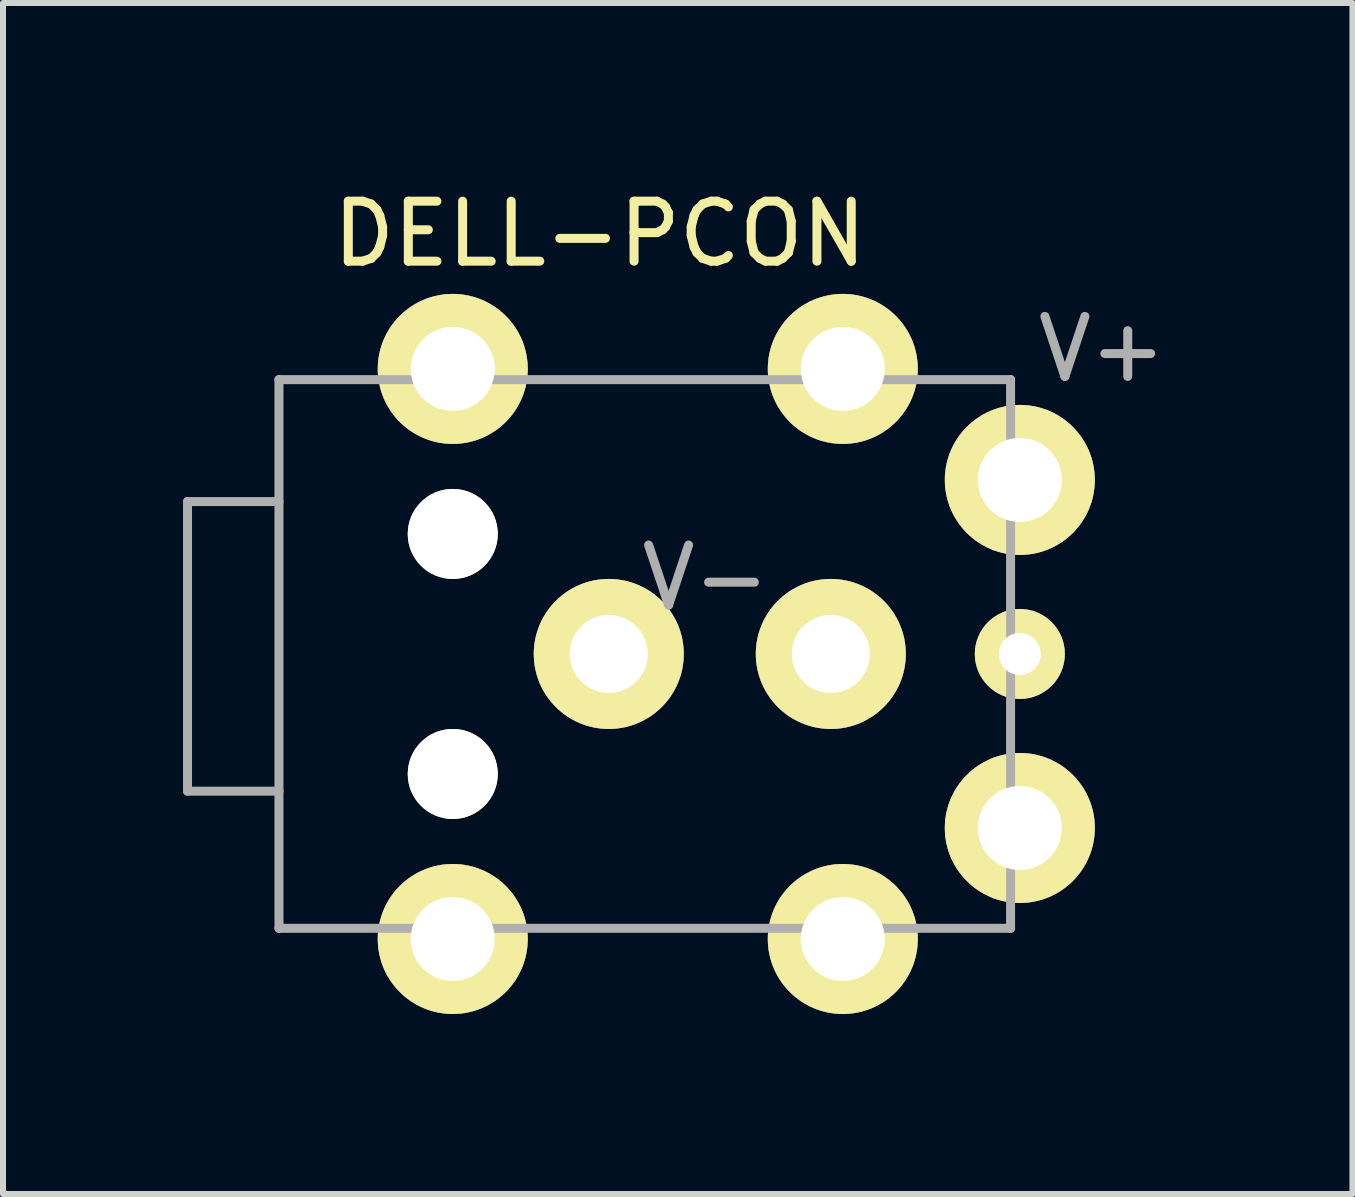
<source format=kicad_pcb>
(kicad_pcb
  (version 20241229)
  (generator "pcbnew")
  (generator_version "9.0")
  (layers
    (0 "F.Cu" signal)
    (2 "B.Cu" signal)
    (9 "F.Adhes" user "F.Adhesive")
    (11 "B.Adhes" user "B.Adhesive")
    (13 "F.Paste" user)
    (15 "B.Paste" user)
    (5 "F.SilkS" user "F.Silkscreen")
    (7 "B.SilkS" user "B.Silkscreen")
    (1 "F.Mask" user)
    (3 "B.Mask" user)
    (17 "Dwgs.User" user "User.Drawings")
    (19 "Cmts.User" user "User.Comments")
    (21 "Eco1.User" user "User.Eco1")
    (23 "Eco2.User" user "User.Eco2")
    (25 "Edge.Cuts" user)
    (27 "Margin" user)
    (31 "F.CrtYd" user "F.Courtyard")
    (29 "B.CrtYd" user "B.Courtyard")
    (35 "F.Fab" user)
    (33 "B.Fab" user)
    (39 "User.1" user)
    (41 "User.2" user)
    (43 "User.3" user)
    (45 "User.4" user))
  (footprint "DELL-PCON"
    (layer "F.Cu")
    (at 7.695 7.848)
    (property "Reference" "DELL-PCON" (at -0.75 -7 0) (layer "F.SilkS") (effects (font (size 1 1) (thickness 0.15))))
    (attr through_hole)
    (fp_line (start -6.25 -4.75) (end -6.25 4.75) (stroke (width 0.15) (type solid)) (layer "F.Mask"))
    (fp_line (start -6.25 -4.75) (end 6.25 -4.75) (stroke (width 0.15) (type solid)) (layer "F.Mask"))
    (fp_line (start -6.25 4.75) (end 6.25 4.75) (stroke (width 0.15) (type solid)) (layer "F.Mask"))
    (fp_line (start 6.25 4.75) (end 6.25 -4.75) (stroke (width 0.15) (type solid)) (layer "F.Mask"))
    (fp_line (start -7.62 -2.54) (end -7.62 2.286) (stroke (width 0.15) (type solid)) (layer "F.Fab"))
    (fp_line (start -7.62 2.286) (end -6.096 2.286) (stroke (width 0.15) (type solid)) (layer "F.Fab"))
    (fp_line (start -6.096 -4.572) (end 6.096 -4.572) (stroke (width 0.15) (type solid)) (layer "F.Fab"))
    (fp_line (start -6.096 -2.54) (end -7.62 -2.54) (stroke (width 0.15) (type solid)) (layer "F.Fab"))
    (fp_line (start -6.096 4.572) (end -6.096 -4.572) (stroke (width 0.15) (type solid)) (layer "F.Fab"))
    (fp_line (start 6.096 -4.572) (end 6.096 4.572) (stroke (width 0.15) (type solid)) (layer "F.Fab"))
    (fp_line (start 6.096 4.572) (end -6.096 4.572) (stroke (width 0.15) (type solid)) (layer "F.Fab"))
    (fp_text user "V+" (at 7.62 -5.08 0) (layer "F.Fab") (effects (font (size 1 1) (thickness 0.15))))
    (fp_text user "V-" (at 1.016 -1.27 0) (layer "F.Fab") (effects (font (size 1 1) (thickness 0.15))))
    (pad "" thru_hole circle (at -3.2 -4.75) (size 2.5 2.5) (drill 1.4) (layers "*.Cu" "*.Mask" "F.SilkS"))
    (pad "" np_thru_hole circle (at -3.2 -2) (size 1.5 1.5) (drill 1.5) (layers "*.Cu" "*.Mask" "F.SilkS"))
    (pad "" np_thru_hole circle (at -3.2 2) (size 1.5 1.5) (drill 1.5) (layers "*.Cu" "*.Mask" "F.SilkS"))
    (pad "" thru_hole circle (at -3.2 4.75) (size 2.5 2.5) (drill 1.4) (layers "*.Cu" "*.Mask" "F.SilkS"))
    (pad "" thru_hole circle (at 3.3 -4.75) (size 2.5 2.5) (drill 1.4) (layers "*.Cu" "*.Mask" "F.SilkS"))
    (pad "" thru_hole circle (at 3.3 4.75) (size 2.5 2.5) (drill 1.4) (layers "*.Cu" "*.Mask" "F.SilkS"))
    (pad "1" thru_hole circle (at 6.25 -2.9) (size 2.5 2.5) (drill 1.4) (layers "*.Cu" "*.Mask" "F.SilkS"))
    (pad "1" thru_hole circle (at 6.25 2.9) (size 2.5 2.5) (drill 1.4) (layers "*.Cu" "*.Mask" "F.SilkS"))
    (pad "2" thru_hole circle (at -0.6 0) (size 2.5 2.5) (drill 1.3) (layers "*.Cu" "*.Mask" "F.SilkS"))
    (pad "2" thru_hole circle (at 3.1 0) (size 2.5 2.5) (drill 1.3) (layers "*.Cu" "*.Mask" "F.SilkS"))
    (pad "3" thru_hole circle (at 6.25 0) (size 1.5 1.5) (drill 0.7) (layers "*.Cu" "*.Mask" "F.SilkS")))
  (gr_rect
    (start -3 -3)
    (end 19.488 16.848)
    (stroke (width 0.1) (type default))
    (fill no)
    (layer "Edge.Cuts")))
</source>
